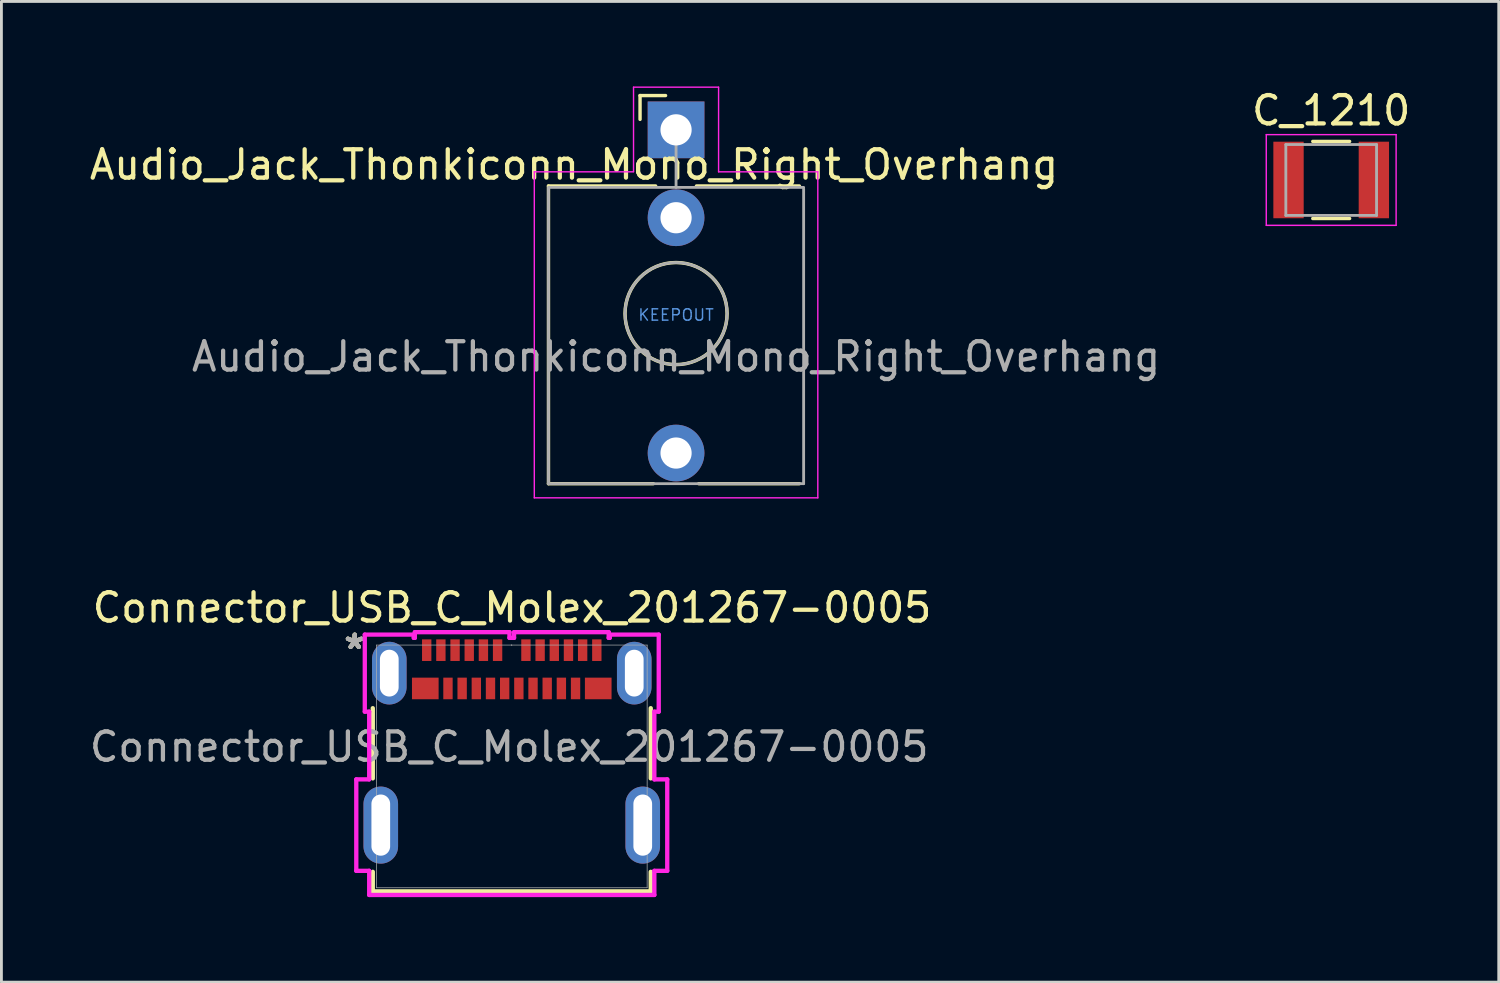
<source format=kicad_pcb>
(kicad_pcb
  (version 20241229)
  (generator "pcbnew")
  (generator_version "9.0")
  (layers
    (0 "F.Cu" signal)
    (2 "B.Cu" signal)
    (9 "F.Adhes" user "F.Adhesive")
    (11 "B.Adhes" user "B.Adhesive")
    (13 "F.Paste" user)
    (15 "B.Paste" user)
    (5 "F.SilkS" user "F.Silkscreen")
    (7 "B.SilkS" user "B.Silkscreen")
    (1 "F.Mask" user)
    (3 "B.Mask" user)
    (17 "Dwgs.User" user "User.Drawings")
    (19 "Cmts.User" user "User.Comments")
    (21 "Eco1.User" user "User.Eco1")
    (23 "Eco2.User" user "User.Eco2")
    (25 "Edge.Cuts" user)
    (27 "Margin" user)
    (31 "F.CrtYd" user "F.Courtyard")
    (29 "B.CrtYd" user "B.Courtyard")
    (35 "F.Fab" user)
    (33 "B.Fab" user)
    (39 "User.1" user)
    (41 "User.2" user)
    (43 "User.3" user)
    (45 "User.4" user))
  (footprint "Connector_USB_C_Molex_201267-0005"
    (layer "F.Cu")
    (at 15.001 23.983)
    (property "Reference" "Connector_USB_C_Molex_201267-0005" (at 0.01 -5.6 0) (unlocked yes) (layer "F.SilkS") (effects (font (size 1 1) (thickness 0.15))))
    (attr smd)
    (fp_line (start -4.902 -2.054) (end -4.902 0.422) (stroke (width 0.152) (type solid)) (layer "F.SilkS"))
    (fp_line (start -4.902 3.718) (end -4.902 4.407) (stroke (width 0.152) (type solid)) (layer "F.SilkS"))
    (fp_line (start -4.902 4.407) (end 4.902 4.407) (stroke (width 0.152) (type solid)) (layer "F.SilkS"))
    (fp_line (start 4.902 0.422) (end 4.902 -2.054) (stroke (width 0.152) (type solid)) (layer "F.SilkS"))
    (fp_line (start 4.902 4.407) (end 4.902 3.718) (stroke (width 0.152) (type solid)) (layer "F.SilkS"))
    (fp_line (start -5.484 0.457) (end -5.484 3.683) (stroke (width 0.152) (type solid)) (layer "F.CrtYd"))
    (fp_line (start -5.484 3.683) (end -5.029 3.683) (stroke (width 0.152) (type solid)) (layer "F.CrtYd"))
    (fp_line (start -5.184 -4.649) (end -5.184 -1.931) (stroke (width 0.152) (type solid)) (layer "F.CrtYd"))
    (fp_line (start -5.184 -1.931) (end -5.029 -1.931) (stroke (width 0.152) (type solid)) (layer "F.CrtYd"))
    (fp_line (start -5.029 -1.931) (end -5.029 0.457) (stroke (width 0.152) (type solid)) (layer "F.CrtYd"))
    (fp_line (start -5.029 0.457) (end -5.484 0.457) (stroke (width 0.152) (type solid)) (layer "F.CrtYd"))
    (fp_line (start -5.029 3.683) (end -5.029 4.534) (stroke (width 0.152) (type solid)) (layer "F.CrtYd"))
    (fp_line (start -5.029 4.534) (end 5.029 4.534) (stroke (width 0.152) (type solid)) (layer "F.CrtYd"))
    (fp_line (start -3.456 -4.649) (end -5.184 -4.649) (stroke (width 0.152) (type solid)) (layer "F.CrtYd"))
    (fp_line (start -3.456 -4.534) (end -3.456 -4.649) (stroke (width 0.152) (type solid)) (layer "F.CrtYd"))
    (fp_line (start -3.419 -4.735) (end -3.419 -4.534) (stroke (width 0.152) (type solid)) (layer "F.CrtYd"))
    (fp_line (start -3.419 -4.534) (end -3.456 -4.534) (stroke (width 0.152) (type solid)) (layer "F.CrtYd"))
    (fp_line (start -0.081 -4.735) (end -3.419 -4.735) (stroke (width 0.152) (type solid)) (layer "F.CrtYd"))
    (fp_line (start -0.081 -4.534) (end -0.081 -4.735) (stroke (width 0.152) (type solid)) (layer "F.CrtYd"))
    (fp_line (start 0.081 -4.735) (end 0.081 -4.534) (stroke (width 0.152) (type solid)) (layer "F.CrtYd"))
    (fp_line (start 0.081 -4.534) (end -0.081 -4.534) (stroke (width 0.152) (type solid)) (layer "F.CrtYd"))
    (fp_line (start 3.419 -4.735) (end 0.081 -4.735) (stroke (width 0.152) (type solid)) (layer "F.CrtYd"))
    (fp_line (start 3.419 -4.534) (end 3.419 -4.735) (stroke (width 0.152) (type solid)) (layer "F.CrtYd"))
    (fp_line (start 3.456 -4.649) (end 3.456 -4.534) (stroke (width 0.152) (type solid)) (layer "F.CrtYd"))
    (fp_line (start 3.456 -4.534) (end 3.419 -4.534) (stroke (width 0.152) (type solid)) (layer "F.CrtYd"))
    (fp_line (start 5.029 -1.931) (end 5.184 -1.931) (stroke (width 0.152) (type solid)) (layer "F.CrtYd"))
    (fp_line (start 5.029 0.457) (end 5.029 -1.931) (stroke (width 0.152) (type solid)) (layer "F.CrtYd"))
    (fp_line (start 5.029 3.683) (end 5.484 3.683) (stroke (width 0.152) (type solid)) (layer "F.CrtYd"))
    (fp_line (start 5.029 4.534) (end 5.029 3.683) (stroke (width 0.152) (type solid)) (layer "F.CrtYd"))
    (fp_line (start 5.184 -4.649) (end 3.456 -4.649) (stroke (width 0.152) (type solid)) (layer "F.CrtYd"))
    (fp_line (start 5.184 -1.931) (end 5.184 -4.649) (stroke (width 0.152) (type solid)) (layer "F.CrtYd"))
    (fp_line (start 5.484 0.457) (end 5.029 0.457) (stroke (width 0.152) (type solid)) (layer "F.CrtYd"))
    (fp_line (start 5.484 3.683) (end 5.484 0.457) (stroke (width 0.152) (type solid)) (layer "F.CrtYd"))
    (fp_line (start -4.775 -4.28) (end -4.775 4.28) (stroke (width 0.025) (type solid)) (layer "F.Fab"))
    (fp_line (start -4.775 4.28) (end 4.775 4.28) (stroke (width 0.025) (type solid)) (layer "F.Fab"))
    (fp_line (start 0 -4.28) (end 0 -4.28) (stroke (width 0.025) (type solid)) (layer "F.Fab"))
    (fp_line (start 0 -4.28) (end 0 -4.28) (stroke (width 0.025) (type solid)) (layer "F.Fab"))
    (fp_line (start 0 -4.28) (end 0 -4.28) (stroke (width 0.025) (type solid)) (layer "F.Fab"))
    (fp_line (start 0 -4.28) (end 0 -4.28) (stroke (width 0.025) (type solid)) (layer "F.Fab"))
    (fp_line (start 4.775 -4.28) (end -4.775 -4.28) (stroke (width 0.025) (type solid)) (layer "F.Fab"))
    (fp_line (start 4.775 4.28) (end 4.775 -4.28) (stroke (width 0.025) (type solid)) (layer "F.Fab"))
    (fp_text user "*" (at -5.54 -4.1 0) (layer "F.SilkS") (effects (font (size 1 1) (thickness 0.15))))
    (fp_text user "*" (at -5.54 -4.1 0) (unlocked yes) (layer "F.SilkS") (effects (font (size 1 1) (thickness 0.15))))
    (fp_text user "${REFERENCE}" (at -0.09 -0.69 0) (unlocked yes) (layer "F.Fab") (effects (font (size 1 1) (thickness 0.15))))
    (fp_text user "*" (at -5.54 -4.1 0) (layer "F.Fab") (effects (font (size 1 1) (thickness 0.15))))
    (fp_text user "*" (at -5.54 -4.1 0) (unlocked yes) (layer "F.Fab") (effects (font (size 1 1) (thickness 0.15))))
    (pad "A1" smd rect (at -3 -4.1) (size 0.33 0.762) (layers "F.Cu" "F.Mask" "F.Paste"))
    (pad "A2" smd rect (at -2.5 -4.1) (size 0.33 0.762) (layers "F.Cu" "F.Mask" "F.Paste"))
    (pad "A3" smd rect (at -2 -4.1) (size 0.33 0.762) (layers "F.Cu" "F.Mask" "F.Paste"))
    (pad "A4" smd rect (at -1.5 -4.1) (size 0.33 0.762) (layers "F.Cu" "F.Mask" "F.Paste"))
    (pad "A5" smd rect (at -1 -4.1) (size 0.33 0.762) (layers "F.Cu" "F.Mask" "F.Paste"))
    (pad "A6" smd rect (at -0.5 -4.1) (size 0.33 0.762) (layers "F.Cu" "F.Mask" "F.Paste"))
    (pad "A7" smd rect (at 0.5 -4.1) (size 0.33 0.762) (layers "F.Cu" "F.Mask" "F.Paste"))
    (pad "A8" smd rect (at 1 -4.1) (size 0.33 0.762) (layers "F.Cu" "F.Mask" "F.Paste"))
    (pad "A9" smd rect (at 1.5 -4.1) (size 0.33 0.762) (layers "F.Cu" "F.Mask" "F.Paste"))
    (pad "A10" smd rect (at 2 -4.1) (size 0.33 0.762) (layers "F.Cu" "F.Mask" "F.Paste"))
    (pad "A11" smd rect (at 2.5 -4.1) (size 0.33 0.762) (layers "F.Cu" "F.Mask" "F.Paste"))
    (pad "A12" smd rect (at 3 -4.1) (size 0.33 0.762) (layers "F.Cu" "F.Mask" "F.Paste"))
    (pad "B1" smd rect (at 3.05 -2.75) (size 0.94 0.762) (layers "F.Cu" "F.Mask" "F.Paste"))
    (pad "B2" smd rect (at 2.25 -2.75) (size 0.33 0.762) (layers "F.Cu" "F.Mask" "F.Paste"))
    (pad "B3" smd rect (at 1.75 -2.75) (size 0.33 0.762) (layers "F.Cu" "F.Mask" "F.Paste"))
    (pad "B4" smd rect (at 1.25 -2.75) (size 0.33 0.762) (layers "F.Cu" "F.Mask" "F.Paste"))
    (pad "B5" smd rect (at 0.75 -2.75) (size 0.33 0.762) (layers "F.Cu" "F.Mask" "F.Paste"))
    (pad "B6" smd rect (at 0.25 -2.75) (size 0.33 0.762) (layers "F.Cu" "F.Mask" "F.Paste"))
    (pad "B7" smd rect (at -0.25 -2.75) (size 0.33 0.762) (layers "F.Cu" "F.Mask" "F.Paste"))
    (pad "B8" smd rect (at -0.75 -2.75) (size 0.33 0.762) (layers "F.Cu" "F.Mask" "F.Paste"))
    (pad "B9" smd rect (at -1.25 -2.75) (size 0.33 0.762) (layers "F.Cu" "F.Mask" "F.Paste"))
    (pad "B10" smd rect (at -1.75 -2.75) (size 0.33 0.762) (layers "F.Cu" "F.Mask" "F.Paste"))
    (pad "B11" smd rect (at -2.25 -2.75) (size 0.33 0.762) (layers "F.Cu" "F.Mask" "F.Paste"))
    (pad "B12" smd rect (at -3.05 -2.75) (size 0.94 0.762) (layers "F.Cu" "F.Mask" "F.Paste"))
    (pad "S1" thru_hole oval (at -4.62 2.07 90) (size 2.718 1.219) (drill oval 2.159 0.66) (layers "*.Cu" "*.Mask"))
    (pad "S1" thru_hole oval (at -4.32 -3.29 90) (size 2.21 1.219) (drill oval 1.651 0.66) (layers "*.Cu" "*.Mask"))
    (pad "S1" thru_hole oval (at 4.32 -3.29 90) (size 2.21 1.219) (drill oval 1.651 0.66) (layers "*.Cu" "*.Mask"))
    (pad "S1" thru_hole oval (at 4.62 2.07 90) (size 2.718 1.219) (drill oval 2.159 0.66) (layers "*.Cu" "*.Mask")))
  (footprint "C_1210"
    (layer "F.Cu")
    (at 43.904 3.298)
    (property "Reference" "C_1210" (at 0 -2.45 0) (layer "F.SilkS") (effects (font (size 1 1) (thickness 0.15))))
    (attr smd)
    (fp_line (start -0.65 -1.36) (end 0.65 -1.36) (stroke (width 0.12) (type solid)) (layer "F.SilkS"))
    (fp_line (start -0.65 1.36) (end 0.65 1.36) (stroke (width 0.12) (type solid)) (layer "F.SilkS"))
    (fp_line (start -2.29 -1.6) (end 2.29 -1.6) (stroke (width 0.05) (type solid)) (layer "F.CrtYd"))
    (fp_line (start -2.29 1.6) (end -2.29 -1.6) (stroke (width 0.05) (type solid)) (layer "F.CrtYd"))
    (fp_line (start 2.29 -1.6) (end 2.29 1.6) (stroke (width 0.05) (type solid)) (layer "F.CrtYd"))
    (fp_line (start 2.29 1.6) (end -2.29 1.6) (stroke (width 0.05) (type solid)) (layer "F.CrtYd"))
    (fp_line (start -1.6 -1.25) (end 1.6 -1.25) (stroke (width 0.1) (type solid)) (layer "F.Fab"))
    (fp_line (start -1.6 1.25) (end -1.6 -1.25) (stroke (width 0.1) (type solid)) (layer "F.Fab"))
    (fp_line (start 1.6 -1.25) (end 1.6 1.25) (stroke (width 0.1) (type solid)) (layer "F.Fab"))
    (fp_line (start 1.6 1.25) (end -1.6 1.25) (stroke (width 0.1) (type solid)) (layer "F.Fab"))
    (pad "1" smd rect (at -1.505 0) (size 1.07 2.7) (layers "F.Cu" "F.Mask" "F.Paste"))
    (pad "2" smd rect (at 1.505 0) (size 1.07 2.7) (layers "F.Cu" "F.Mask" "F.Paste")))
  (footprint "Audio_Jack_Thonkiconn_Mono_Right_Overhang"
    (layer "F.Cu")
    (at 20.796 8.01)
    (property "Reference" "Audio_Jack_Thonkiconn_Mono_Right_Overhang" (at -3.6 -5.25 180) (layer "F.SilkS") (effects (font (size 1 1) (thickness 0.15))))
    (attr through_hole exclude_from_pos_files exclude_from_bom)
    (fp_line (start -4.5 -4.5) (end -4.5 6) (stroke (width 0.12) (type solid)) (layer "F.SilkS"))
    (fp_line (start -1.27 -7.69) (end -1.27 -6.85) (stroke (width 0.12) (type solid)) (layer "F.SilkS"))
    (fp_line (start -1.27 -7.69) (end -0.37 -7.69) (stroke (width 0.12) (type solid)) (layer "F.SilkS"))
    (fp_line (start -0.8 6) (end -4.5 6) (stroke (width 0.12) (type solid)) (layer "F.SilkS"))
    (fp_line (start -0.72 -4.5) (end -4.5 -4.5) (stroke (width 0.12) (type solid)) (layer "F.SilkS"))
    (fp_line (start 4.35 -4.5) (end 0.72 -4.5) (stroke (width 0.12) (type solid)) (layer "F.SilkS"))
    (fp_line (start 4.35 6) (end 0.8 6) (stroke (width 0.12) (type solid)) (layer "F.SilkS"))
    (fp_circle (center 0 0) (end 1.8 0) (stroke (width 0.12) (type solid)) (fill no) (layer "F.SilkS"))
    (fp_line (start -5 -5) (end -1.5 -5) (stroke (width 0.05) (type default)) (layer "F.CrtYd"))
    (fp_line (start -5 6.5) (end -5 -5) (stroke (width 0.05) (type solid)) (layer "F.CrtYd"))
    (fp_line (start -1.5 -5.008) (end -1.5 -7.985) (stroke (width 0.05) (type default)) (layer "F.CrtYd"))
    (fp_line (start 1.5 -7.985) (end -1.5 -7.985) (stroke (width 0.05) (type solid)) (layer "F.CrtYd"))
    (fp_line (start 1.5 -5) (end 1.5 -7.985) (stroke (width 0.05) (type default)) (layer "F.CrtYd"))
    (fp_line (start 5 -5) (end 1.5 -5) (stroke (width 0.05) (type default)) (layer "F.CrtYd"))
    (fp_line (start 5 6.5) (end -5 6.5) (stroke (width 0.05) (type solid)) (layer "F.CrtYd"))
    (fp_line (start 5 6.5) (end 5 -5) (stroke (width 0.05) (type solid)) (layer "F.CrtYd"))
    (fp_line (start -4.5 6) (end -4.5 -4.4) (stroke (width 0.1) (type solid)) (layer "F.Fab"))
    (fp_line (start 0 -6.48) (end 0 -4.45) (stroke (width 0.1) (type solid)) (layer "F.Fab"))
    (fp_line (start 4.5 -4.45) (end -4.5 -4.45) (stroke (width 0.1) (type solid)) (layer "F.Fab"))
    (fp_line (start 4.5 6) (end -4.5 6) (stroke (width 0.1) (type solid)) (layer "F.Fab"))
    (fp_line (start 4.5 6) (end 4.5 -4.4) (stroke (width 0.1) (type solid)) (layer "F.Fab"))
    (fp_circle (center 0 0) (end 1.8 0) (stroke (width 0.1) (type solid)) (fill no) (layer "F.Fab"))
    (fp_text user "KEEPOUT" (at 0 0.05 180) (layer "Cmts.User") (effects (font (size 0.4 0.4) (thickness 0.051))))
    (fp_text user "${REFERENCE}" (at 0 1.52 180) (layer "F.Fab") (effects (font (size 1 1) (thickness 0.15))))
    (pad "S" thru_hole rect (at 0 -6.48 180) (size 2 2) (drill 1.1) (layers "*.Cu" "*.Mask"))
    (pad "T" thru_hole circle (at 0 4.92 180) (size 2 2) (drill 1.1) (layers "*.Cu" "*.Mask"))
    (pad "TN" thru_hole circle (at 0 -3.38 180) (size 2 2) (drill 1.1) (layers "*.Cu" "*.Mask"))
    (zone (net_name "") (layer "F.Cu") (hatch full 0.508) (connect_pads) (min_thickness 0.254) (filled_areas_thickness no) (keepout (tracks not_allowed) (vias not_allowed) (pads not_allowed) (copperpour not_allowed) (footprints not_allowed)) (placement (enabled no)) (fill) (polygon (pts (xy 22.302 8.01) (xy 22.281 7.764) (xy 22.221 7.525) (xy 22.123 7.299) (xy 21.989 7.092) (xy 21.823 6.909) (xy 21.629 6.756) (xy 21.413 6.637) (xy 21.181 6.555) (xy 20.938 6.512) (xy 20.691 6.509) (xy 20.448 6.546) (xy 20.213 6.622) (xy 19.994 6.736) (xy 19.797 6.884) (xy 19.627 7.063) (xy 19.488 7.267) (xy 19.384 7.49) (xy 19.318 7.728) (xy 19.292 7.973) (xy 19.306 8.219) (xy 19.36 8.46) (xy 19.453 8.689) (xy 19.582 8.899) (xy 19.743 9.085) (xy 19.933 9.243) (xy 20.146 9.367) (xy 20.377 9.455) (xy 20.618 9.505) (xy 20.865 9.514) (xy 21.109 9.482) (xy 21.346 9.411) (xy 21.567 9.303) (xy 21.768 9.16) (xy 21.943 8.986) (xy 22.087 8.785) (xy 22.196 8.564) (xy 22.268 8.328) (xy 22.3 8.084)))))
  (gr_rect
    (start -3 -3)
    (end 49.814 31.593)
    (stroke (width 0.1) (type default))
    (fill no)
    (layer "Edge.Cuts")))
</source>
